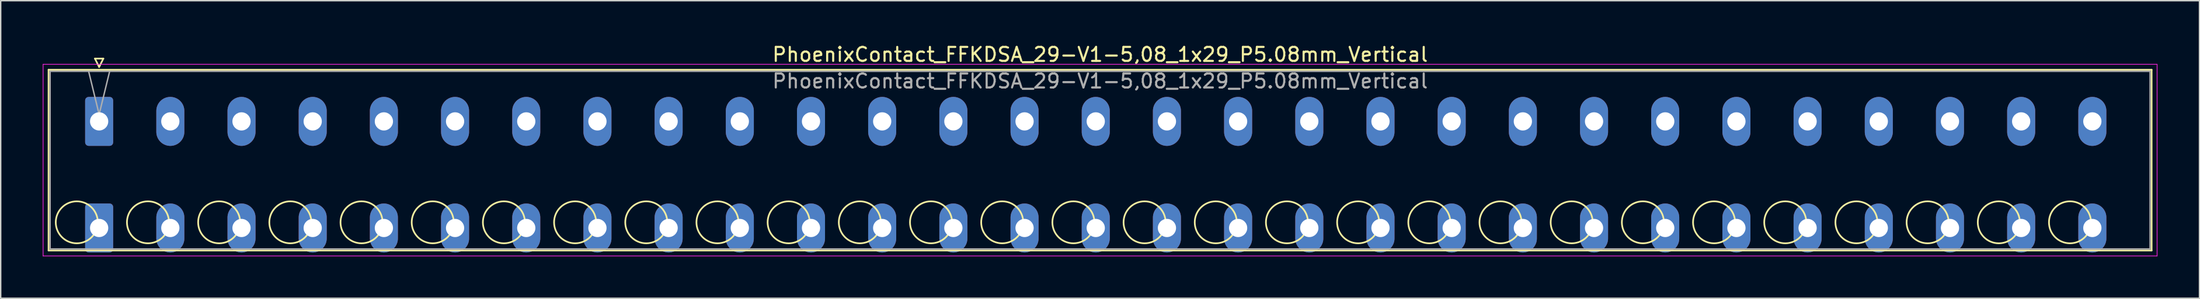
<source format=kicad_pcb>
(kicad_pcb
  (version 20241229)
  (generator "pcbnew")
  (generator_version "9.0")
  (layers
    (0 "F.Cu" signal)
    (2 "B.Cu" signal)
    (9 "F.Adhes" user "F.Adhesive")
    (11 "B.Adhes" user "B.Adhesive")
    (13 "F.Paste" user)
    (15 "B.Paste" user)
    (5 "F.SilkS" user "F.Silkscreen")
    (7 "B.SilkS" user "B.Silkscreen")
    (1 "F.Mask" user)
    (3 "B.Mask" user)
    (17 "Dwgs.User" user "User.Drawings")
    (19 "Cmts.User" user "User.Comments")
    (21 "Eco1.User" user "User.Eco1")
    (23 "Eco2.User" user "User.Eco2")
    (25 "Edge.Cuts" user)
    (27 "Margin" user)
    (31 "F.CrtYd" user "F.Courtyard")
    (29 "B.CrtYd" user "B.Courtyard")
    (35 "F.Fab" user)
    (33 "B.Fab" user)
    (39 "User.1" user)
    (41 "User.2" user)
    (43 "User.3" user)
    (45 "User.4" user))
  (footprint "PhoenixContact_FFKDSA_29-V1-5,08_1x29_P5.08mm_Vertical"
    (layer "F.Cu")
    (at 4.025 5.628)
    (property "Reference" "PhoenixContact_FFKDSA_29-V1-5,08_1x29_P5.08mm_Vertical" (at 71.43 -4.78 0) (layer "F.SilkS") (effects (font (size 1 1) (thickness 0.15))))
    (attr through_hole)
    (fp_line (start -3.61 -3.69) (end -3.61 9.23) (stroke (width 0.12) (type solid)) (layer "F.SilkS"))
    (fp_line (start -3.61 9.23) (end 146.47 9.23) (stroke (width 0.12) (type solid)) (layer "F.SilkS"))
    (fp_line (start -0.3 -4.49) (end 0.3 -4.49) (stroke (width 0.12) (type solid)) (layer "F.SilkS"))
    (fp_line (start 0 -3.89) (end -0.3 -4.49) (stroke (width 0.12) (type solid)) (layer "F.SilkS"))
    (fp_line (start 0.3 -4.49) (end 0 -3.89) (stroke (width 0.12) (type solid)) (layer "F.SilkS"))
    (fp_line (start 146.47 -3.69) (end -3.61 -3.69) (stroke (width 0.12) (type solid)) (layer "F.SilkS"))
    (fp_line (start 146.47 9.23) (end 146.47 -3.69) (stroke (width 0.12) (type solid)) (layer "F.SilkS"))
    (fp_circle (center -1.595 7.215) (end -0.095 7.215) (stroke (width 0.12) (type solid)) (fill no) (layer "F.SilkS"))
    (fp_circle (center 3.485 7.215) (end 4.985 7.215) (stroke (width 0.12) (type solid)) (fill no) (layer "F.SilkS"))
    (fp_circle (center 8.565 7.215) (end 10.065 7.215) (stroke (width 0.12) (type solid)) (fill no) (layer "F.SilkS"))
    (fp_circle (center 13.645 7.215) (end 15.145 7.215) (stroke (width 0.12) (type solid)) (fill no) (layer "F.SilkS"))
    (fp_circle (center 18.725 7.215) (end 20.225 7.215) (stroke (width 0.12) (type solid)) (fill no) (layer "F.SilkS"))
    (fp_circle (center 23.805 7.215) (end 25.305 7.215) (stroke (width 0.12) (type solid)) (fill no) (layer "F.SilkS"))
    (fp_circle (center 28.885 7.215) (end 30.385 7.215) (stroke (width 0.12) (type solid)) (fill no) (layer "F.SilkS"))
    (fp_circle (center 33.965 7.215) (end 35.465 7.215) (stroke (width 0.12) (type solid)) (fill no) (layer "F.SilkS"))
    (fp_circle (center 39.045 7.215) (end 40.545 7.215) (stroke (width 0.12) (type solid)) (fill no) (layer "F.SilkS"))
    (fp_circle (center 44.125 7.215) (end 45.625 7.215) (stroke (width 0.12) (type solid)) (fill no) (layer "F.SilkS"))
    (fp_circle (center 49.205 7.215) (end 50.705 7.215) (stroke (width 0.12) (type solid)) (fill no) (layer "F.SilkS"))
    (fp_circle (center 54.285 7.215) (end 55.785 7.215) (stroke (width 0.12) (type solid)) (fill no) (layer "F.SilkS"))
    (fp_circle (center 59.365 7.215) (end 60.865 7.215) (stroke (width 0.12) (type solid)) (fill no) (layer "F.SilkS"))
    (fp_circle (center 64.445 7.215) (end 65.945 7.215) (stroke (width 0.12) (type solid)) (fill no) (layer "F.SilkS"))
    (fp_circle (center 69.525 7.215) (end 71.025 7.215) (stroke (width 0.12) (type solid)) (fill no) (layer "F.SilkS"))
    (fp_circle (center 74.605 7.215) (end 76.105 7.215) (stroke (width 0.12) (type solid)) (fill no) (layer "F.SilkS"))
    (fp_circle (center 79.685 7.215) (end 81.185 7.215) (stroke (width 0.12) (type solid)) (fill no) (layer "F.SilkS"))
    (fp_circle (center 84.765 7.215) (end 86.265 7.215) (stroke (width 0.12) (type solid)) (fill no) (layer "F.SilkS"))
    (fp_circle (center 89.845 7.215) (end 91.345 7.215) (stroke (width 0.12) (type solid)) (fill no) (layer "F.SilkS"))
    (fp_circle (center 94.925 7.215) (end 96.425 7.215) (stroke (width 0.12) (type solid)) (fill no) (layer "F.SilkS"))
    (fp_circle (center 100.005 7.215) (end 101.505 7.215) (stroke (width 0.12) (type solid)) (fill no) (layer "F.SilkS"))
    (fp_circle (center 105.085 7.215) (end 106.585 7.215) (stroke (width 0.12) (type solid)) (fill no) (layer "F.SilkS"))
    (fp_circle (center 110.165 7.215) (end 111.665 7.215) (stroke (width 0.12) (type solid)) (fill no) (layer "F.SilkS"))
    (fp_circle (center 115.245 7.215) (end 116.745 7.215) (stroke (width 0.12) (type solid)) (fill no) (layer "F.SilkS"))
    (fp_circle (center 120.325 7.215) (end 121.825 7.215) (stroke (width 0.12) (type solid)) (fill no) (layer "F.SilkS"))
    (fp_circle (center 125.405 7.215) (end 126.905 7.215) (stroke (width 0.12) (type solid)) (fill no) (layer "F.SilkS"))
    (fp_circle (center 130.485 7.215) (end 131.985 7.215) (stroke (width 0.12) (type solid)) (fill no) (layer "F.SilkS"))
    (fp_circle (center 135.565 7.215) (end 137.065 7.215) (stroke (width 0.12) (type solid)) (fill no) (layer "F.SilkS"))
    (fp_circle (center 140.645 7.215) (end 142.145 7.215) (stroke (width 0.12) (type solid)) (fill no) (layer "F.SilkS"))
    (fp_line (start -4 -4.08) (end -4 9.62) (stroke (width 0.05) (type solid)) (layer "F.CrtYd"))
    (fp_line (start -4 9.62) (end 146.86 9.62) (stroke (width 0.05) (type solid)) (layer "F.CrtYd"))
    (fp_line (start 146.86 -4.08) (end -4 -4.08) (stroke (width 0.05) (type solid)) (layer "F.CrtYd"))
    (fp_line (start 146.86 9.62) (end 146.86 -4.08) (stroke (width 0.05) (type solid)) (layer "F.CrtYd"))
    (fp_line (start -3.5 -3.58) (end -3.5 9.12) (stroke (width 0.1) (type solid)) (layer "F.Fab"))
    (fp_line (start -3.5 9.12) (end 146.36 9.12) (stroke (width 0.1) (type solid)) (layer "F.Fab"))
    (fp_line (start 0 -0.5) (end -0.75 -3.58) (stroke (width 0.1) (type solid)) (layer "F.Fab"))
    (fp_line (start 0.75 -3.58) (end 0 -0.5) (stroke (width 0.1) (type solid)) (layer "F.Fab"))
    (fp_line (start 146.36 -3.58) (end -3.5 -3.58) (stroke (width 0.1) (type solid)) (layer "F.Fab"))
    (fp_line (start 146.36 9.12) (end 146.36 -3.58) (stroke (width 0.1) (type solid)) (layer "F.Fab"))
    (fp_text user "${REFERENCE}" (at 71.43 -2.88 0) (layer "F.Fab") (effects (font (size 1 1) (thickness 0.15))))
    (pad "1" thru_hole roundrect (at 0 0) (size 2 3.5) (drill 1.3) (layers "*.Cu" "*.Mask") (roundrect_rratio 0.125))
    (pad "1" thru_hole roundrect (at 0 7.62) (size 2 3.5) (drill 1.3) (layers "*.Cu" "*.Mask") (roundrect_rratio 0.125))
    (pad "2" thru_hole oval (at 5.08 0) (size 2 3.5) (drill 1.3) (layers "*.Cu" "*.Mask"))
    (pad "2" thru_hole oval (at 5.08 7.62) (size 2 3.5) (drill 1.3) (layers "*.Cu" "*.Mask"))
    (pad "3" thru_hole oval (at 10.16 0) (size 2 3.5) (drill 1.3) (layers "*.Cu" "*.Mask"))
    (pad "3" thru_hole oval (at 10.16 7.62) (size 2 3.5) (drill 1.3) (layers "*.Cu" "*.Mask"))
    (pad "4" thru_hole oval (at 15.24 0) (size 2 3.5) (drill 1.3) (layers "*.Cu" "*.Mask"))
    (pad "4" thru_hole oval (at 15.24 7.62) (size 2 3.5) (drill 1.3) (layers "*.Cu" "*.Mask"))
    (pad "5" thru_hole oval (at 20.32 0) (size 2 3.5) (drill 1.3) (layers "*.Cu" "*.Mask"))
    (pad "5" thru_hole oval (at 20.32 7.62) (size 2 3.5) (drill 1.3) (layers "*.Cu" "*.Mask"))
    (pad "6" thru_hole oval (at 25.4 0) (size 2 3.5) (drill 1.3) (layers "*.Cu" "*.Mask"))
    (pad "6" thru_hole oval (at 25.4 7.62) (size 2 3.5) (drill 1.3) (layers "*.Cu" "*.Mask"))
    (pad "7" thru_hole oval (at 30.48 0) (size 2 3.5) (drill 1.3) (layers "*.Cu" "*.Mask"))
    (pad "7" thru_hole oval (at 30.48 7.62) (size 2 3.5) (drill 1.3) (layers "*.Cu" "*.Mask"))
    (pad "8" thru_hole oval (at 35.56 0) (size 2 3.5) (drill 1.3) (layers "*.Cu" "*.Mask"))
    (pad "8" thru_hole oval (at 35.56 7.62) (size 2 3.5) (drill 1.3) (layers "*.Cu" "*.Mask"))
    (pad "9" thru_hole oval (at 40.64 0) (size 2 3.5) (drill 1.3) (layers "*.Cu" "*.Mask"))
    (pad "9" thru_hole oval (at 40.64 7.62) (size 2 3.5) (drill 1.3) (layers "*.Cu" "*.Mask"))
    (pad "10" thru_hole oval (at 45.72 0) (size 2 3.5) (drill 1.3) (layers "*.Cu" "*.Mask"))
    (pad "10" thru_hole oval (at 45.72 7.62) (size 2 3.5) (drill 1.3) (layers "*.Cu" "*.Mask"))
    (pad "11" thru_hole oval (at 50.8 0) (size 2 3.5) (drill 1.3) (layers "*.Cu" "*.Mask"))
    (pad "11" thru_hole oval (at 50.8 7.62) (size 2 3.5) (drill 1.3) (layers "*.Cu" "*.Mask"))
    (pad "12" thru_hole oval (at 55.88 0) (size 2 3.5) (drill 1.3) (layers "*.Cu" "*.Mask"))
    (pad "12" thru_hole oval (at 55.88 7.62) (size 2 3.5) (drill 1.3) (layers "*.Cu" "*.Mask"))
    (pad "13" thru_hole oval (at 60.96 0) (size 2 3.5) (drill 1.3) (layers "*.Cu" "*.Mask"))
    (pad "13" thru_hole oval (at 60.96 7.62) (size 2 3.5) (drill 1.3) (layers "*.Cu" "*.Mask"))
    (pad "14" thru_hole oval (at 66.04 0) (size 2 3.5) (drill 1.3) (layers "*.Cu" "*.Mask"))
    (pad "14" thru_hole oval (at 66.04 7.62) (size 2 3.5) (drill 1.3) (layers "*.Cu" "*.Mask"))
    (pad "15" thru_hole oval (at 71.12 0) (size 2 3.5) (drill 1.3) (layers "*.Cu" "*.Mask"))
    (pad "15" thru_hole oval (at 71.12 7.62) (size 2 3.5) (drill 1.3) (layers "*.Cu" "*.Mask"))
    (pad "16" thru_hole oval (at 76.2 0) (size 2 3.5) (drill 1.3) (layers "*.Cu" "*.Mask"))
    (pad "16" thru_hole oval (at 76.2 7.62) (size 2 3.5) (drill 1.3) (layers "*.Cu" "*.Mask"))
    (pad "17" thru_hole oval (at 81.28 0) (size 2 3.5) (drill 1.3) (layers "*.Cu" "*.Mask"))
    (pad "17" thru_hole oval (at 81.28 7.62) (size 2 3.5) (drill 1.3) (layers "*.Cu" "*.Mask"))
    (pad "18" thru_hole oval (at 86.36 0) (size 2 3.5) (drill 1.3) (layers "*.Cu" "*.Mask"))
    (pad "18" thru_hole oval (at 86.36 7.62) (size 2 3.5) (drill 1.3) (layers "*.Cu" "*.Mask"))
    (pad "19" thru_hole oval (at 91.44 0) (size 2 3.5) (drill 1.3) (layers "*.Cu" "*.Mask"))
    (pad "19" thru_hole oval (at 91.44 7.62) (size 2 3.5) (drill 1.3) (layers "*.Cu" "*.Mask"))
    (pad "20" thru_hole oval (at 96.52 0) (size 2 3.5) (drill 1.3) (layers "*.Cu" "*.Mask"))
    (pad "20" thru_hole oval (at 96.52 7.62) (size 2 3.5) (drill 1.3) (layers "*.Cu" "*.Mask"))
    (pad "21" thru_hole oval (at 101.6 0) (size 2 3.5) (drill 1.3) (layers "*.Cu" "*.Mask"))
    (pad "21" thru_hole oval (at 101.6 7.62) (size 2 3.5) (drill 1.3) (layers "*.Cu" "*.Mask"))
    (pad "22" thru_hole oval (at 106.68 0) (size 2 3.5) (drill 1.3) (layers "*.Cu" "*.Mask"))
    (pad "22" thru_hole oval (at 106.68 7.62) (size 2 3.5) (drill 1.3) (layers "*.Cu" "*.Mask"))
    (pad "23" thru_hole oval (at 111.76 0) (size 2 3.5) (drill 1.3) (layers "*.Cu" "*.Mask"))
    (pad "23" thru_hole oval (at 111.76 7.62) (size 2 3.5) (drill 1.3) (layers "*.Cu" "*.Mask"))
    (pad "24" thru_hole oval (at 116.84 0) (size 2 3.5) (drill 1.3) (layers "*.Cu" "*.Mask"))
    (pad "24" thru_hole oval (at 116.84 7.62) (size 2 3.5) (drill 1.3) (layers "*.Cu" "*.Mask"))
    (pad "25" thru_hole oval (at 121.92 0) (size 2 3.5) (drill 1.3) (layers "*.Cu" "*.Mask"))
    (pad "25" thru_hole oval (at 121.92 7.62) (size 2 3.5) (drill 1.3) (layers "*.Cu" "*.Mask"))
    (pad "26" thru_hole oval (at 127 0) (size 2 3.5) (drill 1.3) (layers "*.Cu" "*.Mask"))
    (pad "26" thru_hole oval (at 127 7.62) (size 2 3.5) (drill 1.3) (layers "*.Cu" "*.Mask"))
    (pad "27" thru_hole oval (at 132.08 0) (size 2 3.5) (drill 1.3) (layers "*.Cu" "*.Mask"))
    (pad "27" thru_hole oval (at 132.08 7.62) (size 2 3.5) (drill 1.3) (layers "*.Cu" "*.Mask"))
    (pad "28" thru_hole oval (at 137.16 0) (size 2 3.5) (drill 1.3) (layers "*.Cu" "*.Mask"))
    (pad "28" thru_hole oval (at 137.16 7.62) (size 2 3.5) (drill 1.3) (layers "*.Cu" "*.Mask"))
    (pad "29" thru_hole oval (at 142.24 0) (size 2 3.5) (drill 1.3) (layers "*.Cu" "*.Mask"))
    (pad "29" thru_hole oval (at 142.24 7.62) (size 2 3.5) (drill 1.3) (layers "*.Cu" "*.Mask")))
  (gr_rect
    (start -3 -3)
    (end 153.91 18.273)
    (stroke (width 0.1) (type default))
    (fill no)
    (layer "Edge.Cuts")))
</source>
